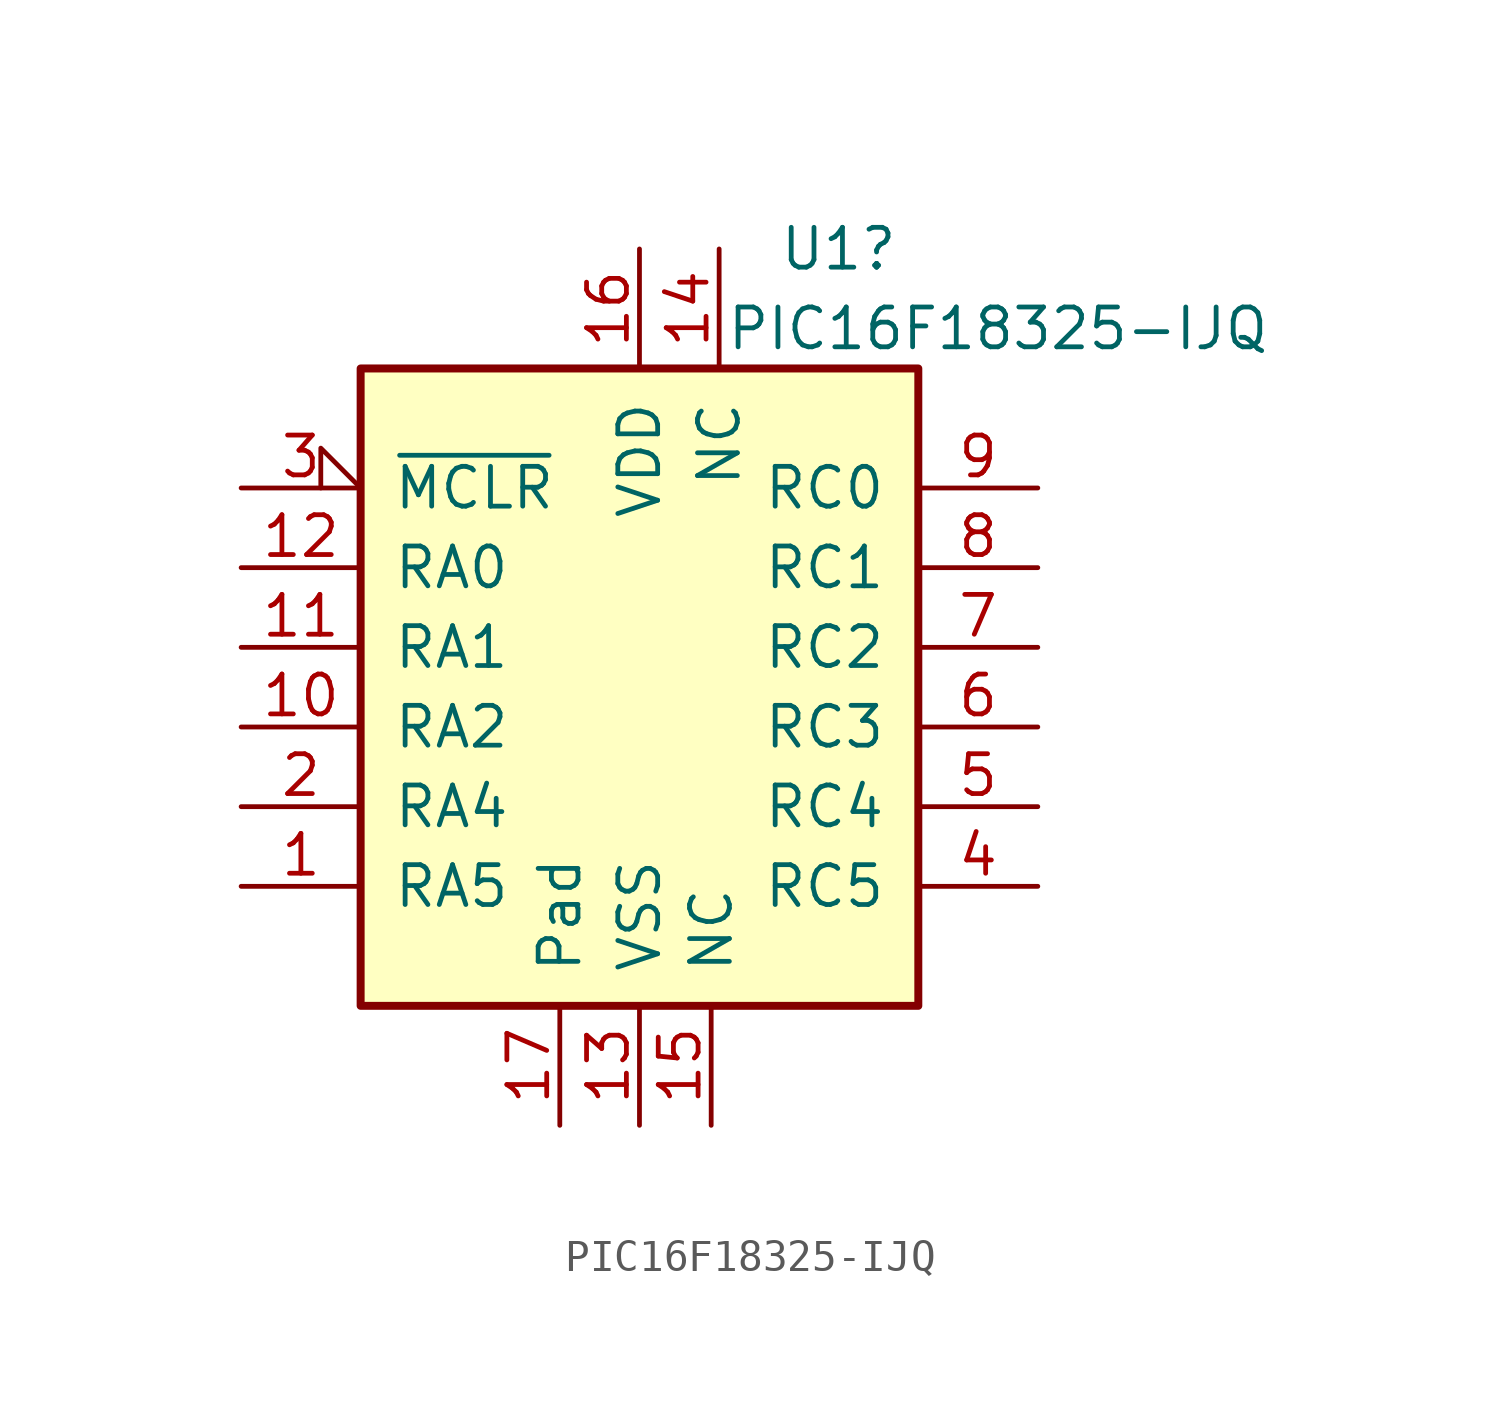
<source format=kicad_sym>
(kicad_symbol_lib
  (version 20231120)
  (generator "kicad_symbol_editor")
  (generator_version "8.0")
  (symbol "PIC16F18325-IJQ"
    (pin_names
      (offset 1.016))
    (property "Reference" "U1"
      (at 6.35 15.24 0)
      (effects (font (size 1.27 1.27))))
    (property "Value" "PIC16F18325-IJQ"
      (at 11.43 12.7 0)
      (effects (font (size 1.27 1.27))))
    (symbol "PIC16F18325-IJQ_1_1"
      (rectangle (start -8.89 11.43) (end 8.89 -8.89) (stroke (width 0.254) (type solid)) (fill (type background)))
      (pin bidirectional line (at -12.7 -5.08 0) (length 3.81) (name "RA5" (effects (font (size 1.27 1.27)))) (number "1" (effects (font (size 1.27 1.27)))))
      (pin bidirectional line (at -12.7 0 0) (length 3.81) (name "RA2" (effects (font (size 1.27 1.27)))) (number "10" (effects (font (size 1.27 1.27)))))
      (pin bidirectional line (at -12.7 2.54 0) (length 3.81) (name "RA1" (effects (font (size 1.27 1.27)))) (number "11" (effects (font (size 1.27 1.27)))))
      (pin bidirectional line (at -12.7 5.08 0) (length 3.81) (name "RA0" (effects (font (size 1.27 1.27)))) (number "12" (effects (font (size 1.27 1.27)))))
      (pin power_in line (at 0 -12.7 90) (length 3.81) (name "VSS" (effects (font (size 1.27 1.27)))) (number "13" (effects (font (size 1.27 1.27)))))
      (pin bidirectional line (at 2.54 15.24 270) (length 3.81) (name "NC" (effects (font (size 1.27 1.27)))) (number "14" (effects (font (size 1.27 1.27)))))
      (pin bidirectional line (at 2.286 -12.7 90) (length 3.81) (name "NC" (effects (font (size 1.27 1.27)))) (number "15" (effects (font (size 1.27 1.27)))))
      (pin power_in line (at 0 15.24 270) (length 3.81) (name "VDD" (effects (font (size 1.27 1.27)))) (number "16" (effects (font (size 1.27 1.27)))))
      (pin power_in line (at -2.54 -12.7 90) (length 3.81) (name "Pad" (effects (font (size 1.27 1.27)))) (number "17" (effects (font (size 1.27 1.27)))))
      (pin bidirectional line (at -12.7 -2.54 0) (length 3.81) (name "RA4" (effects (font (size 1.27 1.27)))) (number "2" (effects (font (size 1.27 1.27)))))
      (pin input input_low (at -12.7 7.62 0) (length 3.81) (name "~{MCLR}" (effects (font (size 1.27 1.27)))) (number "3" (effects (font (size 1.27 1.27)))))
      (pin bidirectional line (at 12.7 -5.08 180) (length 3.81) (name "RC5" (effects (font (size 1.27 1.27)))) (number "4" (effects (font (size 1.27 1.27)))))
      (pin bidirectional line (at 12.7 -2.54 180) (length 3.81) (name "RC4" (effects (font (size 1.27 1.27)))) (number "5" (effects (font (size 1.27 1.27)))))
      (pin bidirectional line (at 12.7 0 180) (length 3.81) (name "RC3" (effects (font (size 1.27 1.27)))) (number "6" (effects (font (size 1.27 1.27)))))
      (pin bidirectional line (at 12.7 2.54 180) (length 3.81) (name "RC2" (effects (font (size 1.27 1.27)))) (number "7" (effects (font (size 1.27 1.27)))))
      (pin bidirectional line (at 12.7 5.08 180) (length 3.81) (name "RC1" (effects (font (size 1.27 1.27)))) (number "8" (effects (font (size 1.27 1.27)))))
      (pin bidirectional line (at 12.7 7.62 180) (length 3.81) (name "RC0" (effects (font (size 1.27 1.27)))) (number "9" (effects (font (size 1.27 1.27))))))))
</source>
